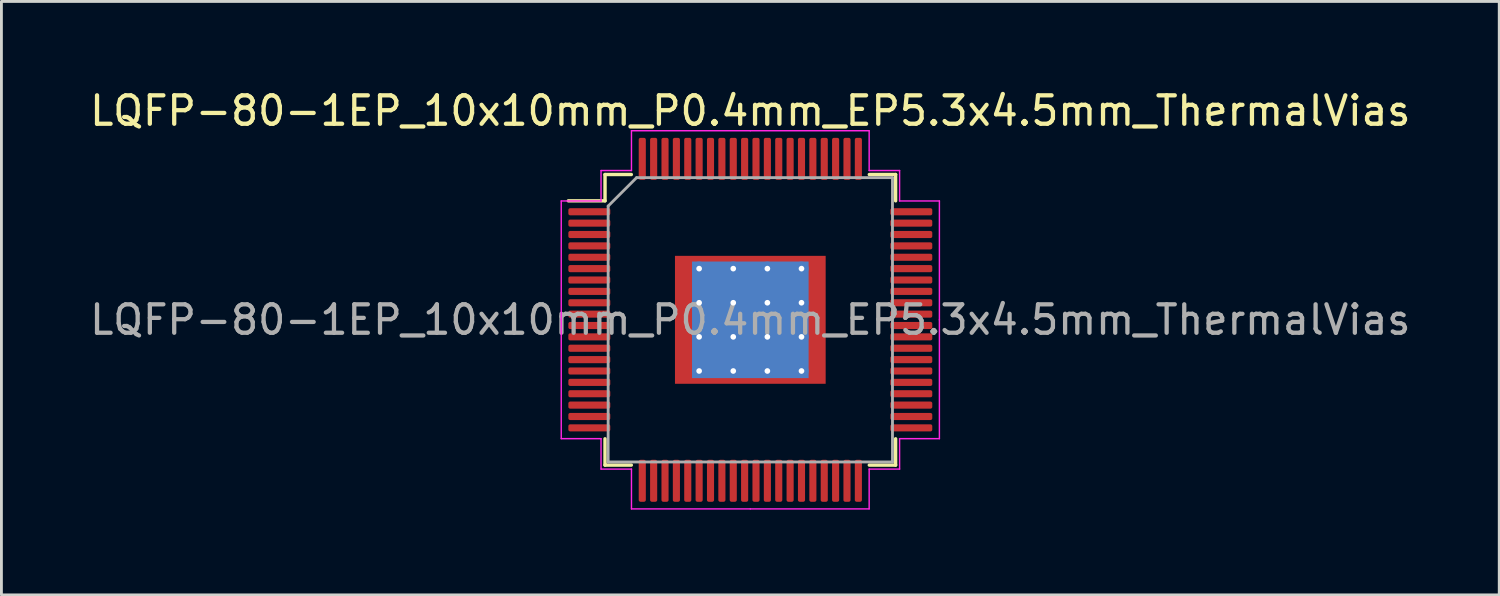
<source format=kicad_pcb>
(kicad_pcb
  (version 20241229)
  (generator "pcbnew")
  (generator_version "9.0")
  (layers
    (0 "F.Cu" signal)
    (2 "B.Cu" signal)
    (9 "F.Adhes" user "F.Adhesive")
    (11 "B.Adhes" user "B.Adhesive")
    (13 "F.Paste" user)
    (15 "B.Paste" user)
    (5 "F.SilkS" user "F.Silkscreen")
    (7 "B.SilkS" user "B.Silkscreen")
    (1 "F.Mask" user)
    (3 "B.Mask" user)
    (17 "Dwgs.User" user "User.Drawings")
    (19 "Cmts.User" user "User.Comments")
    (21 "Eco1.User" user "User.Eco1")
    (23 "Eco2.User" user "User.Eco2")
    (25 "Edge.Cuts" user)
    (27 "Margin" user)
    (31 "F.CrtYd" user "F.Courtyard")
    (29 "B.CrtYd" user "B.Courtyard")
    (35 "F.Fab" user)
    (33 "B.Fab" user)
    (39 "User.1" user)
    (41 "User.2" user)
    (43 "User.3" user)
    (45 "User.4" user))
  (footprint "LQFP-80-1EP_10x10mm_P0.4mm_EP5.3x4.5mm_ThermalVias"
    (layer "F.Cu")
    (at 23.339 8.198)
    (property "Reference" "LQFP-80-1EP_10x10mm_P0.4mm_EP5.3x4.5mm_ThermalVias" (at 0 -7.35 0) (layer "F.SilkS") (effects (font (size 1 1) (thickness 0.15))))
    (attr smd)
    (fp_line (start -5.11 -5.11) (end -5.11 -4.185) (stroke (width 0.12) (type solid)) (layer "F.SilkS"))
    (fp_line (start -5.11 -4.185) (end -6.4 -4.185) (stroke (width 0.12) (type solid)) (layer "F.SilkS"))
    (fp_line (start -5.11 5.11) (end -5.11 4.185) (stroke (width 0.12) (type solid)) (layer "F.SilkS"))
    (fp_line (start -4.185 -5.11) (end -5.11 -5.11) (stroke (width 0.12) (type solid)) (layer "F.SilkS"))
    (fp_line (start -4.185 5.11) (end -5.11 5.11) (stroke (width 0.12) (type solid)) (layer "F.SilkS"))
    (fp_line (start 4.185 -5.11) (end 5.11 -5.11) (stroke (width 0.12) (type solid)) (layer "F.SilkS"))
    (fp_line (start 4.185 5.11) (end 5.11 5.11) (stroke (width 0.12) (type solid)) (layer "F.SilkS"))
    (fp_line (start 5.11 -5.11) (end 5.11 -4.185) (stroke (width 0.12) (type solid)) (layer "F.SilkS"))
    (fp_line (start 5.11 5.11) (end 5.11 4.185) (stroke (width 0.12) (type solid)) (layer "F.SilkS"))
    (fp_line (start -6.65 -4.18) (end -6.65 0) (stroke (width 0.05) (type solid)) (layer "F.CrtYd"))
    (fp_line (start -6.65 4.18) (end -6.65 0) (stroke (width 0.05) (type solid)) (layer "F.CrtYd"))
    (fp_line (start -5.25 -5.25) (end -5.25 -4.18) (stroke (width 0.05) (type solid)) (layer "F.CrtYd"))
    (fp_line (start -5.25 -4.18) (end -6.65 -4.18) (stroke (width 0.05) (type solid)) (layer "F.CrtYd"))
    (fp_line (start -5.25 4.18) (end -6.65 4.18) (stroke (width 0.05) (type solid)) (layer "F.CrtYd"))
    (fp_line (start -5.25 5.25) (end -5.25 4.18) (stroke (width 0.05) (type solid)) (layer "F.CrtYd"))
    (fp_line (start -4.18 -6.65) (end -4.18 -5.25) (stroke (width 0.05) (type solid)) (layer "F.CrtYd"))
    (fp_line (start -4.18 -5.25) (end -5.25 -5.25) (stroke (width 0.05) (type solid)) (layer "F.CrtYd"))
    (fp_line (start -4.18 5.25) (end -5.25 5.25) (stroke (width 0.05) (type solid)) (layer "F.CrtYd"))
    (fp_line (start -4.18 6.65) (end -4.18 5.25) (stroke (width 0.05) (type solid)) (layer "F.CrtYd"))
    (fp_line (start 0 -6.65) (end -4.18 -6.65) (stroke (width 0.05) (type solid)) (layer "F.CrtYd"))
    (fp_line (start 0 -6.65) (end 4.18 -6.65) (stroke (width 0.05) (type solid)) (layer "F.CrtYd"))
    (fp_line (start 0 6.65) (end -4.18 6.65) (stroke (width 0.05) (type solid)) (layer "F.CrtYd"))
    (fp_line (start 0 6.65) (end 4.18 6.65) (stroke (width 0.05) (type solid)) (layer "F.CrtYd"))
    (fp_line (start 4.18 -6.65) (end 4.18 -5.25) (stroke (width 0.05) (type solid)) (layer "F.CrtYd"))
    (fp_line (start 4.18 -5.25) (end 5.25 -5.25) (stroke (width 0.05) (type solid)) (layer "F.CrtYd"))
    (fp_line (start 4.18 5.25) (end 5.25 5.25) (stroke (width 0.05) (type solid)) (layer "F.CrtYd"))
    (fp_line (start 4.18 6.65) (end 4.18 5.25) (stroke (width 0.05) (type solid)) (layer "F.CrtYd"))
    (fp_line (start 5.25 -5.25) (end 5.25 -4.18) (stroke (width 0.05) (type solid)) (layer "F.CrtYd"))
    (fp_line (start 5.25 -4.18) (end 6.65 -4.18) (stroke (width 0.05) (type solid)) (layer "F.CrtYd"))
    (fp_line (start 5.25 4.18) (end 6.65 4.18) (stroke (width 0.05) (type solid)) (layer "F.CrtYd"))
    (fp_line (start 5.25 5.25) (end 5.25 4.18) (stroke (width 0.05) (type solid)) (layer "F.CrtYd"))
    (fp_line (start 6.65 -4.18) (end 6.65 0) (stroke (width 0.05) (type solid)) (layer "F.CrtYd"))
    (fp_line (start 6.65 4.18) (end 6.65 0) (stroke (width 0.05) (type solid)) (layer "F.CrtYd"))
    (fp_line (start -5 -4) (end -4 -5) (stroke (width 0.1) (type solid)) (layer "F.Fab"))
    (fp_line (start -5 5) (end -5 -4) (stroke (width 0.1) (type solid)) (layer "F.Fab"))
    (fp_line (start -4 -5) (end 5 -5) (stroke (width 0.1) (type solid)) (layer "F.Fab"))
    (fp_line (start 5 -5) (end 5 5) (stroke (width 0.1) (type solid)) (layer "F.Fab"))
    (fp_line (start 5 5) (end -5 5) (stroke (width 0.1) (type solid)) (layer "F.Fab"))
    (fp_text user "${REFERENCE}" (at 0 0 0) (layer "F.Fab") (effects (font (size 1 1) (thickness 0.15))))
    (pad "" smd custom (at -2.225 -2.025) (size 0.252 0.252) (layers "F.Paste") (options (anchor circle)) (primitives (gr_poly (pts (xy -0.252 -0.091) (xy 0.252 -0.091) (xy 0.252 -0.013) (xy 0.148 0.091) (xy -0.252 0.091)) (width 0.181) (fill yes))))
    (pad "" smd roundrect (at -2.225 -1.2) (size 0.685 0.967) (layers "F.Paste") (roundrect_rratio 0.25))
    (pad "" smd roundrect (at -2.225 0) (size 0.685 0.967) (layers "F.Paste") (roundrect_rratio 0.25))
    (pad "" smd roundrect (at -2.225 1.2) (size 0.685 0.967) (layers "F.Paste") (roundrect_rratio 0.25))
    (pad "" smd custom (at -2.225 2.025) (size 0.252 0.252) (layers "F.Paste") (options (anchor circle)) (primitives (gr_poly (pts (xy -0.252 -0.091) (xy 0.148 -0.091) (xy 0.252 0.013) (xy 0.252 0.091) (xy -0.252 0.091)) (width 0.181) (fill yes))))
    (pad "" smd custom (at -1.2 -2.025) (size 0.276 0.276) (layers "F.Paste") (options (anchor circle)) (primitives (gr_poly (pts (xy -0.397 -0.094) (xy 0.397 -0.094) (xy 0.397 0.022) (xy 0.325 0.094) (xy -0.325 0.094) (xy -0.397 0.022)) (width 0.174) (fill yes))))
    (pad "" smd roundrect (at -1.2 -1.2) (size 0.967 0.967) (layers "F.Paste") (roundrect_rratio 0.25))
    (pad "" smd roundrect (at -1.2 0) (size 0.967 0.967) (layers "F.Paste") (roundrect_rratio 0.25))
    (pad "" smd roundrect (at -1.2 1.2) (size 0.967 0.967) (layers "F.Paste") (roundrect_rratio 0.25))
    (pad "" smd custom (at -1.2 2.025) (size 0.276 0.276) (layers "F.Paste") (options (anchor circle)) (primitives (gr_poly (pts (xy -0.397 -0.022) (xy -0.325 -0.094) (xy 0.325 -0.094) (xy 0.397 -0.022) (xy 0.397 0.094) (xy -0.397 0.094)) (width 0.174) (fill yes))))
    (pad "" smd custom (at 0 -2.025) (size 0.276 0.276) (layers "F.Paste") (options (anchor circle)) (primitives (gr_poly (pts (xy -0.397 -0.094) (xy 0.397 -0.094) (xy 0.397 0.022) (xy 0.325 0.094) (xy -0.325 0.094) (xy -0.397 0.022)) (width 0.174) (fill yes))))
    (pad "" smd roundrect (at 0 -1.2) (size 0.967 0.967) (layers "F.Paste") (roundrect_rratio 0.25))
    (pad "" smd roundrect (at 0 0) (size 0.967 0.967) (layers "F.Paste") (roundrect_rratio 0.25))
    (pad "" smd roundrect (at 0 1.2) (size 0.967 0.967) (layers "F.Paste") (roundrect_rratio 0.25))
    (pad "" smd custom (at 0 2.025) (size 0.276 0.276) (layers "F.Paste") (options (anchor circle)) (primitives (gr_poly (pts (xy -0.397 -0.022) (xy -0.325 -0.094) (xy 0.325 -0.094) (xy 0.397 -0.022) (xy 0.397 0.094) (xy -0.397 0.094)) (width 0.174) (fill yes))))
    (pad "" smd custom (at 1.2 -2.025) (size 0.276 0.276) (layers "F.Paste") (options (anchor circle)) (primitives (gr_poly (pts (xy -0.397 -0.094) (xy 0.397 -0.094) (xy 0.397 0.022) (xy 0.325 0.094) (xy -0.325 0.094) (xy -0.397 0.022)) (width 0.174) (fill yes))))
    (pad "" smd roundrect (at 1.2 -1.2) (size 0.967 0.967) (layers "F.Paste") (roundrect_rratio 0.25))
    (pad "" smd roundrect (at 1.2 0) (size 0.967 0.967) (layers "F.Paste") (roundrect_rratio 0.25))
    (pad "" smd roundrect (at 1.2 1.2) (size 0.967 0.967) (layers "F.Paste") (roundrect_rratio 0.25))
    (pad "" smd custom (at 1.2 2.025) (size 0.276 0.276) (layers "F.Paste") (options (anchor circle)) (primitives (gr_poly (pts (xy -0.397 -0.022) (xy -0.325 -0.094) (xy 0.325 -0.094) (xy 0.397 -0.022) (xy 0.397 0.094) (xy -0.397 0.094)) (width 0.174) (fill yes))))
    (pad "" smd custom (at 2.225 -2.025) (size 0.252 0.252) (layers "F.Paste") (options (anchor circle)) (primitives (gr_poly (pts (xy -0.252 -0.091) (xy 0.252 -0.091) (xy 0.252 0.091) (xy -0.148 0.091) (xy -0.252 -0.013)) (width 0.181) (fill yes))))
    (pad "" smd roundrect (at 2.225 -1.2) (size 0.685 0.967) (layers "F.Paste") (roundrect_rratio 0.25))
    (pad "" smd roundrect (at 2.225 0) (size 0.685 0.967) (layers "F.Paste") (roundrect_rratio 0.25))
    (pad "" smd roundrect (at 2.225 1.2) (size 0.685 0.967) (layers "F.Paste") (roundrect_rratio 0.25))
    (pad "" smd custom (at 2.225 2.025) (size 0.252 0.252) (layers "F.Paste") (options (anchor circle)) (primitives (gr_poly (pts (xy -0.252 0.013) (xy -0.148 -0.091) (xy 0.252 -0.091) (xy 0.252 0.091) (xy -0.252 0.091)) (width 0.181) (fill yes))))
    (pad "1" smd roundrect (at -5.662 -3.8) (size 1.475 0.25) (layers "F.Cu" "F.Mask" "F.Paste") (roundrect_rratio 0.25))
    (pad "2" smd roundrect (at -5.662 -3.4) (size 1.475 0.25) (layers "F.Cu" "F.Mask" "F.Paste") (roundrect_rratio 0.25))
    (pad "3" smd roundrect (at -5.662 -3) (size 1.475 0.25) (layers "F.Cu" "F.Mask" "F.Paste") (roundrect_rratio 0.25))
    (pad "4" smd roundrect (at -5.662 -2.6) (size 1.475 0.25) (layers "F.Cu" "F.Mask" "F.Paste") (roundrect_rratio 0.25))
    (pad "5" smd roundrect (at -5.662 -2.2) (size 1.475 0.25) (layers "F.Cu" "F.Mask" "F.Paste") (roundrect_rratio 0.25))
    (pad "6" smd roundrect (at -5.662 -1.8) (size 1.475 0.25) (layers "F.Cu" "F.Mask" "F.Paste") (roundrect_rratio 0.25))
    (pad "7" smd roundrect (at -5.662 -1.4) (size 1.475 0.25) (layers "F.Cu" "F.Mask" "F.Paste") (roundrect_rratio 0.25))
    (pad "8" smd roundrect (at -5.662 -1) (size 1.475 0.25) (layers "F.Cu" "F.Mask" "F.Paste") (roundrect_rratio 0.25))
    (pad "9" smd roundrect (at -5.662 -0.6) (size 1.475 0.25) (layers "F.Cu" "F.Mask" "F.Paste") (roundrect_rratio 0.25))
    (pad "10" smd roundrect (at -5.662 -0.2) (size 1.475 0.25) (layers "F.Cu" "F.Mask" "F.Paste") (roundrect_rratio 0.25))
    (pad "11" smd roundrect (at -5.662 0.2) (size 1.475 0.25) (layers "F.Cu" "F.Mask" "F.Paste") (roundrect_rratio 0.25))
    (pad "12" smd roundrect (at -5.662 0.6) (size 1.475 0.25) (layers "F.Cu" "F.Mask" "F.Paste") (roundrect_rratio 0.25))
    (pad "13" smd roundrect (at -5.662 1) (size 1.475 0.25) (layers "F.Cu" "F.Mask" "F.Paste") (roundrect_rratio 0.25))
    (pad "14" smd roundrect (at -5.662 1.4) (size 1.475 0.25) (layers "F.Cu" "F.Mask" "F.Paste") (roundrect_rratio 0.25))
    (pad "15" smd roundrect (at -5.662 1.8) (size 1.475 0.25) (layers "F.Cu" "F.Mask" "F.Paste") (roundrect_rratio 0.25))
    (pad "16" smd roundrect (at -5.662 2.2) (size 1.475 0.25) (layers "F.Cu" "F.Mask" "F.Paste") (roundrect_rratio 0.25))
    (pad "17" smd roundrect (at -5.662 2.6) (size 1.475 0.25) (layers "F.Cu" "F.Mask" "F.Paste") (roundrect_rratio 0.25))
    (pad "18" smd roundrect (at -5.662 3) (size 1.475 0.25) (layers "F.Cu" "F.Mask" "F.Paste") (roundrect_rratio 0.25))
    (pad "19" smd roundrect (at -5.662 3.4) (size 1.475 0.25) (layers "F.Cu" "F.Mask" "F.Paste") (roundrect_rratio 0.25))
    (pad "20" smd roundrect (at -5.662 3.8) (size 1.475 0.25) (layers "F.Cu" "F.Mask" "F.Paste") (roundrect_rratio 0.25))
    (pad "21" smd roundrect (at -3.8 5.662) (size 0.25 1.475) (layers "F.Cu" "F.Mask" "F.Paste") (roundrect_rratio 0.25))
    (pad "22" smd roundrect (at -3.4 5.662) (size 0.25 1.475) (layers "F.Cu" "F.Mask" "F.Paste") (roundrect_rratio 0.25))
    (pad "23" smd roundrect (at -3 5.662) (size 0.25 1.475) (layers "F.Cu" "F.Mask" "F.Paste") (roundrect_rratio 0.25))
    (pad "24" smd roundrect (at -2.6 5.662) (size 0.25 1.475) (layers "F.Cu" "F.Mask" "F.Paste") (roundrect_rratio 0.25))
    (pad "25" smd roundrect (at -2.2 5.662) (size 0.25 1.475) (layers "F.Cu" "F.Mask" "F.Paste") (roundrect_rratio 0.25))
    (pad "26" smd roundrect (at -1.8 5.662) (size 0.25 1.475) (layers "F.Cu" "F.Mask" "F.Paste") (roundrect_rratio 0.25))
    (pad "27" smd roundrect (at -1.4 5.662) (size 0.25 1.475) (layers "F.Cu" "F.Mask" "F.Paste") (roundrect_rratio 0.25))
    (pad "28" smd roundrect (at -1 5.662) (size 0.25 1.475) (layers "F.Cu" "F.Mask" "F.Paste") (roundrect_rratio 0.25))
    (pad "29" smd roundrect (at -0.6 5.662) (size 0.25 1.475) (layers "F.Cu" "F.Mask" "F.Paste") (roundrect_rratio 0.25))
    (pad "30" smd roundrect (at -0.2 5.662) (size 0.25 1.475) (layers "F.Cu" "F.Mask" "F.Paste") (roundrect_rratio 0.25))
    (pad "31" smd roundrect (at 0.2 5.662) (size 0.25 1.475) (layers "F.Cu" "F.Mask" "F.Paste") (roundrect_rratio 0.25))
    (pad "32" smd roundrect (at 0.6 5.662) (size 0.25 1.475) (layers "F.Cu" "F.Mask" "F.Paste") (roundrect_rratio 0.25))
    (pad "33" smd roundrect (at 1 5.662) (size 0.25 1.475) (layers "F.Cu" "F.Mask" "F.Paste") (roundrect_rratio 0.25))
    (pad "34" smd roundrect (at 1.4 5.662) (size 0.25 1.475) (layers "F.Cu" "F.Mask" "F.Paste") (roundrect_rratio 0.25))
    (pad "35" smd roundrect (at 1.8 5.662) (size 0.25 1.475) (layers "F.Cu" "F.Mask" "F.Paste") (roundrect_rratio 0.25))
    (pad "36" smd roundrect (at 2.2 5.662) (size 0.25 1.475) (layers "F.Cu" "F.Mask" "F.Paste") (roundrect_rratio 0.25))
    (pad "37" smd roundrect (at 2.6 5.662) (size 0.25 1.475) (layers "F.Cu" "F.Mask" "F.Paste") (roundrect_rratio 0.25))
    (pad "38" smd roundrect (at 3 5.662) (size 0.25 1.475) (layers "F.Cu" "F.Mask" "F.Paste") (roundrect_rratio 0.25))
    (pad "39" smd roundrect (at 3.4 5.662) (size 0.25 1.475) (layers "F.Cu" "F.Mask" "F.Paste") (roundrect_rratio 0.25))
    (pad "40" smd roundrect (at 3.8 5.662) (size 0.25 1.475) (layers "F.Cu" "F.Mask" "F.Paste") (roundrect_rratio 0.25))
    (pad "41" smd roundrect (at 5.662 3.8) (size 1.475 0.25) (layers "F.Cu" "F.Mask" "F.Paste") (roundrect_rratio 0.25))
    (pad "42" smd roundrect (at 5.662 3.4) (size 1.475 0.25) (layers "F.Cu" "F.Mask" "F.Paste") (roundrect_rratio 0.25))
    (pad "43" smd roundrect (at 5.662 3) (size 1.475 0.25) (layers "F.Cu" "F.Mask" "F.Paste") (roundrect_rratio 0.25))
    (pad "44" smd roundrect (at 5.662 2.6) (size 1.475 0.25) (layers "F.Cu" "F.Mask" "F.Paste") (roundrect_rratio 0.25))
    (pad "45" smd roundrect (at 5.662 2.2) (size 1.475 0.25) (layers "F.Cu" "F.Mask" "F.Paste") (roundrect_rratio 0.25))
    (pad "46" smd roundrect (at 5.662 1.8) (size 1.475 0.25) (layers "F.Cu" "F.Mask" "F.Paste") (roundrect_rratio 0.25))
    (pad "47" smd roundrect (at 5.662 1.4) (size 1.475 0.25) (layers "F.Cu" "F.Mask" "F.Paste") (roundrect_rratio 0.25))
    (pad "48" smd roundrect (at 5.662 1) (size 1.475 0.25) (layers "F.Cu" "F.Mask" "F.Paste") (roundrect_rratio 0.25))
    (pad "49" smd roundrect (at 5.662 0.6) (size 1.475 0.25) (layers "F.Cu" "F.Mask" "F.Paste") (roundrect_rratio 0.25))
    (pad "50" smd roundrect (at 5.662 0.2) (size 1.475 0.25) (layers "F.Cu" "F.Mask" "F.Paste") (roundrect_rratio 0.25))
    (pad "51" smd roundrect (at 5.662 -0.2) (size 1.475 0.25) (layers "F.Cu" "F.Mask" "F.Paste") (roundrect_rratio 0.25))
    (pad "52" smd roundrect (at 5.662 -0.6) (size 1.475 0.25) (layers "F.Cu" "F.Mask" "F.Paste") (roundrect_rratio 0.25))
    (pad "53" smd roundrect (at 5.662 -1) (size 1.475 0.25) (layers "F.Cu" "F.Mask" "F.Paste") (roundrect_rratio 0.25))
    (pad "54" smd roundrect (at 5.662 -1.4) (size 1.475 0.25) (layers "F.Cu" "F.Mask" "F.Paste") (roundrect_rratio 0.25))
    (pad "55" smd roundrect (at 5.662 -1.8) (size 1.475 0.25) (layers "F.Cu" "F.Mask" "F.Paste") (roundrect_rratio 0.25))
    (pad "56" smd roundrect (at 5.662 -2.2) (size 1.475 0.25) (layers "F.Cu" "F.Mask" "F.Paste") (roundrect_rratio 0.25))
    (pad "57" smd roundrect (at 5.662 -2.6) (size 1.475 0.25) (layers "F.Cu" "F.Mask" "F.Paste") (roundrect_rratio 0.25))
    (pad "58" smd roundrect (at 5.662 -3) (size 1.475 0.25) (layers "F.Cu" "F.Mask" "F.Paste") (roundrect_rratio 0.25))
    (pad "59" smd roundrect (at 5.662 -3.4) (size 1.475 0.25) (layers "F.Cu" "F.Mask" "F.Paste") (roundrect_rratio 0.25))
    (pad "60" smd roundrect (at 5.662 -3.8) (size 1.475 0.25) (layers "F.Cu" "F.Mask" "F.Paste") (roundrect_rratio 0.25))
    (pad "61" smd roundrect (at 3.8 -5.662) (size 0.25 1.475) (layers "F.Cu" "F.Mask" "F.Paste") (roundrect_rratio 0.25))
    (pad "62" smd roundrect (at 3.4 -5.662) (size 0.25 1.475) (layers "F.Cu" "F.Mask" "F.Paste") (roundrect_rratio 0.25))
    (pad "63" smd roundrect (at 3 -5.662) (size 0.25 1.475) (layers "F.Cu" "F.Mask" "F.Paste") (roundrect_rratio 0.25))
    (pad "64" smd roundrect (at 2.6 -5.662) (size 0.25 1.475) (layers "F.Cu" "F.Mask" "F.Paste") (roundrect_rratio 0.25))
    (pad "65" smd roundrect (at 2.2 -5.662) (size 0.25 1.475) (layers "F.Cu" "F.Mask" "F.Paste") (roundrect_rratio 0.25))
    (pad "66" smd roundrect (at 1.8 -5.662) (size 0.25 1.475) (layers "F.Cu" "F.Mask" "F.Paste") (roundrect_rratio 0.25))
    (pad "67" smd roundrect (at 1.4 -5.662) (size 0.25 1.475) (layers "F.Cu" "F.Mask" "F.Paste") (roundrect_rratio 0.25))
    (pad "68" smd roundrect (at 1 -5.662) (size 0.25 1.475) (layers "F.Cu" "F.Mask" "F.Paste") (roundrect_rratio 0.25))
    (pad "69" smd roundrect (at 0.6 -5.662) (size 0.25 1.475) (layers "F.Cu" "F.Mask" "F.Paste") (roundrect_rratio 0.25))
    (pad "70" smd roundrect (at 0.2 -5.662) (size 0.25 1.475) (layers "F.Cu" "F.Mask" "F.Paste") (roundrect_rratio 0.25))
    (pad "71" smd roundrect (at -0.2 -5.662) (size 0.25 1.475) (layers "F.Cu" "F.Mask" "F.Paste") (roundrect_rratio 0.25))
    (pad "72" smd roundrect (at -0.6 -5.662) (size 0.25 1.475) (layers "F.Cu" "F.Mask" "F.Paste") (roundrect_rratio 0.25))
    (pad "73" smd roundrect (at -1 -5.662) (size 0.25 1.475) (layers "F.Cu" "F.Mask" "F.Paste") (roundrect_rratio 0.25))
    (pad "74" smd roundrect (at -1.4 -5.662) (size 0.25 1.475) (layers "F.Cu" "F.Mask" "F.Paste") (roundrect_rratio 0.25))
    (pad "75" smd roundrect (at -1.8 -5.662) (size 0.25 1.475) (layers "F.Cu" "F.Mask" "F.Paste") (roundrect_rratio 0.25))
    (pad "76" smd roundrect (at -2.2 -5.662) (size 0.25 1.475) (layers "F.Cu" "F.Mask" "F.Paste") (roundrect_rratio 0.25))
    (pad "77" smd roundrect (at -2.6 -5.662) (size 0.25 1.475) (layers "F.Cu" "F.Mask" "F.Paste") (roundrect_rratio 0.25))
    (pad "78" smd roundrect (at -3 -5.662) (size 0.25 1.475) (layers "F.Cu" "F.Mask" "F.Paste") (roundrect_rratio 0.25))
    (pad "79" smd roundrect (at -3.4 -5.662) (size 0.25 1.475) (layers "F.Cu" "F.Mask" "F.Paste") (roundrect_rratio 0.25))
    (pad "80" smd roundrect (at -3.8 -5.662) (size 0.25 1.475) (layers "F.Cu" "F.Mask" "F.Paste") (roundrect_rratio 0.25))
    (pad "81" thru_hole circle (at -1.8 -1.8) (size 0.5 0.5) (drill 0.2) (layers "*.Cu"))
    (pad "81" thru_hole circle (at -1.8 -0.6) (size 0.5 0.5) (drill 0.2) (layers "*.Cu"))
    (pad "81" thru_hole circle (at -1.8 0.6) (size 0.5 0.5) (drill 0.2) (layers "*.Cu"))
    (pad "81" thru_hole circle (at -1.8 1.8) (size 0.5 0.5) (drill 0.2) (layers "*.Cu"))
    (pad "81" thru_hole circle (at -0.6 -1.8) (size 0.5 0.5) (drill 0.2) (layers "*.Cu"))
    (pad "81" thru_hole circle (at -0.6 -0.6) (size 0.5 0.5) (drill 0.2) (layers "*.Cu"))
    (pad "81" thru_hole circle (at -0.6 0.6) (size 0.5 0.5) (drill 0.2) (layers "*.Cu"))
    (pad "81" thru_hole circle (at -0.6 1.8) (size 0.5 0.5) (drill 0.2) (layers "*.Cu"))
    (pad "81" smd rect (at 0 0) (size 4.1 4.1) (layers "B.Cu"))
    (pad "81" smd rect (at 0 0) (size 5.3 4.5) (layers "F.Cu" "F.Mask"))
    (pad "81" thru_hole circle (at 0.6 -1.8) (size 0.5 0.5) (drill 0.2) (layers "*.Cu"))
    (pad "81" thru_hole circle (at 0.6 -0.6) (size 0.5 0.5) (drill 0.2) (layers "*.Cu"))
    (pad "81" thru_hole circle (at 0.6 0.6) (size 0.5 0.5) (drill 0.2) (layers "*.Cu"))
    (pad "81" thru_hole circle (at 0.6 1.8) (size 0.5 0.5) (drill 0.2) (layers "*.Cu"))
    (pad "81" thru_hole circle (at 1.8 -1.8) (size 0.5 0.5) (drill 0.2) (layers "*.Cu"))
    (pad "81" thru_hole circle (at 1.8 -0.6) (size 0.5 0.5) (drill 0.2) (layers "*.Cu"))
    (pad "81" thru_hole circle (at 1.8 0.6) (size 0.5 0.5) (drill 0.2) (layers "*.Cu"))
    (pad "81" thru_hole circle (at 1.8 1.8) (size 0.5 0.5) (drill 0.2) (layers "*.Cu")))
  (gr_rect
    (start -3 -3)
    (end 49.679 17.873)
    (stroke (width 0.1) (type default))
    (fill no)
    (layer "Edge.Cuts")))
</source>
